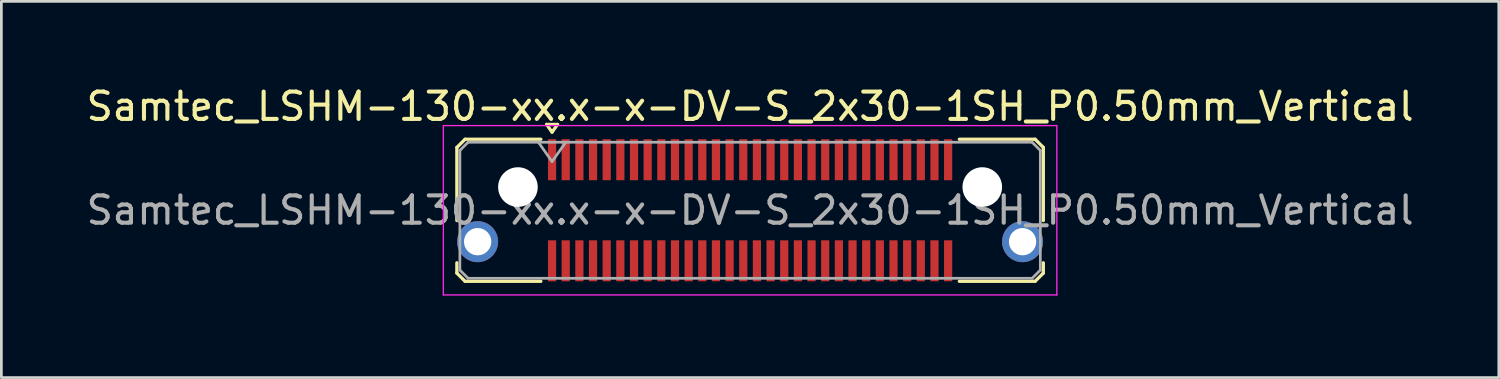
<source format=kicad_pcb>
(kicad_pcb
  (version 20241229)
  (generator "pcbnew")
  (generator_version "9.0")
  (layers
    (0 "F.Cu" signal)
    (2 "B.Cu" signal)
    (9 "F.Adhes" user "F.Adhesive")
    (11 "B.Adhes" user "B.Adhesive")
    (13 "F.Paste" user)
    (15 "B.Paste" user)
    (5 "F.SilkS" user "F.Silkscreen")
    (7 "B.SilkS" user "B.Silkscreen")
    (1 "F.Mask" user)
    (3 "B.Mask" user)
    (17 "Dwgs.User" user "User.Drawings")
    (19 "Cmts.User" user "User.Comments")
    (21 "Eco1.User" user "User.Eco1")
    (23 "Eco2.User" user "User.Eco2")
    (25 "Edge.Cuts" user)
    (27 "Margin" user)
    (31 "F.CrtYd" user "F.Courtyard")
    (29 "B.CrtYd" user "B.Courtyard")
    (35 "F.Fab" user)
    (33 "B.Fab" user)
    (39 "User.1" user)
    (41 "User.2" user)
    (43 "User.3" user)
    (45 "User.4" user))
  (footprint "Samtec_LSHM-130-xx.x-x-DV-S_2x30-1SH_P0.50mm_Vertical"
    (layer "F.Cu")
    (at 24.411 4.648)
    (property "Reference" "Samtec_LSHM-130-xx.x-x-DV-S_2x30-1SH_P0.50mm_Vertical" (at 0 -3.8 0) (layer "F.SilkS") (effects (font (size 1 1) (thickness 0.15))))
    (attr smd)
    (fp_line (start -10.735 -2.3) (end -10.735 0.377) (stroke (width 0.12) (type solid)) (layer "F.SilkS"))
    (fp_line (start -10.735 1.923) (end -10.735 2.3) (stroke (width 0.12) (type solid)) (layer "F.SilkS"))
    (fp_line (start -10.735 2.3) (end -10.435 2.6) (stroke (width 0.12) (type solid)) (layer "F.SilkS"))
    (fp_line (start -10.435 -2.6) (end -10.735 -2.3) (stroke (width 0.12) (type solid)) (layer "F.SilkS"))
    (fp_line (start -10.435 2.6) (end -7.66 2.6) (stroke (width 0.12) (type solid)) (layer "F.SilkS"))
    (fp_line (start -7.66 -2.6) (end -10.435 -2.6) (stroke (width 0.12) (type solid)) (layer "F.SilkS"))
    (fp_line (start -7.45 -3.143) (end -7.05 -3.143) (stroke (width 0.12) (type solid)) (layer "F.SilkS"))
    (fp_line (start -7.25 -2.86) (end -7.45 -3.143) (stroke (width 0.12) (type solid)) (layer "F.SilkS"))
    (fp_line (start -7.05 -3.143) (end -7.25 -2.86) (stroke (width 0.12) (type solid)) (layer "F.SilkS"))
    (fp_line (start 7.66 -2.6) (end 10.435 -2.6) (stroke (width 0.12) (type solid)) (layer "F.SilkS"))
    (fp_line (start 10.435 -2.6) (end 10.735 -2.3) (stroke (width 0.12) (type solid)) (layer "F.SilkS"))
    (fp_line (start 10.435 2.6) (end 7.66 2.6) (stroke (width 0.12) (type solid)) (layer "F.SilkS"))
    (fp_line (start 10.735 -2.3) (end 10.735 0.377) (stroke (width 0.12) (type solid)) (layer "F.SilkS"))
    (fp_line (start 10.735 1.923) (end 10.735 2.3) (stroke (width 0.12) (type solid)) (layer "F.SilkS"))
    (fp_line (start 10.735 2.3) (end 10.435 2.6) (stroke (width 0.12) (type solid)) (layer "F.SilkS"))
    (fp_line (start -11.23 -3.1) (end -11.23 3.1) (stroke (width 0.05) (type solid)) (layer "F.CrtYd"))
    (fp_line (start -11.23 3.1) (end 11.23 3.1) (stroke (width 0.05) (type solid)) (layer "F.CrtYd"))
    (fp_line (start 11.23 -3.1) (end -11.23 -3.1) (stroke (width 0.05) (type solid)) (layer "F.CrtYd"))
    (fp_line (start 11.23 3.1) (end 11.23 -3.1) (stroke (width 0.05) (type solid)) (layer "F.CrtYd"))
    (fp_line (start -10.625 -2.19) (end -10.625 2.19) (stroke (width 0.1) (type solid)) (layer "F.Fab"))
    (fp_line (start -10.625 2.19) (end -10.325 2.49) (stroke (width 0.1) (type solid)) (layer "F.Fab"))
    (fp_line (start -10.325 -2.49) (end -10.625 -2.19) (stroke (width 0.1) (type solid)) (layer "F.Fab"))
    (fp_line (start -10.325 2.49) (end 0 2.49) (stroke (width 0.1) (type solid)) (layer "F.Fab"))
    (fp_line (start -7.75 -2.49) (end -7.25 -1.783) (stroke (width 0.1) (type solid)) (layer "F.Fab"))
    (fp_line (start -7.25 -1.783) (end -6.75 -2.49) (stroke (width 0.1) (type solid)) (layer "F.Fab"))
    (fp_line (start 0 -2.49) (end -10.325 -2.49) (stroke (width 0.1) (type solid)) (layer "F.Fab"))
    (fp_line (start 0 -2.49) (end 10.325 -2.49) (stroke (width 0.1) (type solid)) (layer "F.Fab"))
    (fp_line (start 10.325 -2.49) (end 10.625 -2.19) (stroke (width 0.1) (type solid)) (layer "F.Fab"))
    (fp_line (start 10.325 2.49) (end 0 2.49) (stroke (width 0.1) (type solid)) (layer "F.Fab"))
    (fp_line (start 10.625 -2.19) (end 10.625 2.19) (stroke (width 0.1) (type solid)) (layer "F.Fab"))
    (fp_line (start 10.625 2.19) (end 10.325 2.49) (stroke (width 0.1) (type solid)) (layer "F.Fab"))
    (fp_text user "${REFERENCE}" (at 0 0 0) (layer "F.Fab") (effects (font (size 1 1) (thickness 0.15))))
    (pad "" np_thru_hole circle (at -8.5 -0.85) (size 1.45 1.45) (drill 1.45) (layers "*.Cu" "*.Mask"))
    (pad "" np_thru_hole circle (at 8.5 -0.85) (size 1.45 1.45) (drill 1.45) (layers "*.Cu" "*.Mask"))
    (pad "1" smd rect (at -7.25 -1.85) (size 0.3 1.5) (layers "F.Cu" "F.Mask" "F.Paste"))
    (pad "2" smd rect (at -7.25 1.85) (size 0.3 1.5) (layers "F.Cu" "F.Mask" "F.Paste"))
    (pad "3" smd rect (at -6.75 -1.85) (size 0.3 1.5) (layers "F.Cu" "F.Mask" "F.Paste"))
    (pad "4" smd rect (at -6.75 1.85) (size 0.3 1.5) (layers "F.Cu" "F.Mask" "F.Paste"))
    (pad "5" smd rect (at -6.25 -1.85) (size 0.3 1.5) (layers "F.Cu" "F.Mask" "F.Paste"))
    (pad "6" smd rect (at -6.25 1.85) (size 0.3 1.5) (layers "F.Cu" "F.Mask" "F.Paste"))
    (pad "7" smd rect (at -5.75 -1.85) (size 0.3 1.5) (layers "F.Cu" "F.Mask" "F.Paste"))
    (pad "8" smd rect (at -5.75 1.85) (size 0.3 1.5) (layers "F.Cu" "F.Mask" "F.Paste"))
    (pad "9" smd rect (at -5.25 -1.85) (size 0.3 1.5) (layers "F.Cu" "F.Mask" "F.Paste"))
    (pad "10" smd rect (at -5.25 1.85) (size 0.3 1.5) (layers "F.Cu" "F.Mask" "F.Paste"))
    (pad "11" smd rect (at -4.75 -1.85) (size 0.3 1.5) (layers "F.Cu" "F.Mask" "F.Paste"))
    (pad "12" smd rect (at -4.75 1.85) (size 0.3 1.5) (layers "F.Cu" "F.Mask" "F.Paste"))
    (pad "13" smd rect (at -4.25 -1.85) (size 0.3 1.5) (layers "F.Cu" "F.Mask" "F.Paste"))
    (pad "14" smd rect (at -4.25 1.85) (size 0.3 1.5) (layers "F.Cu" "F.Mask" "F.Paste"))
    (pad "15" smd rect (at -3.75 -1.85) (size 0.3 1.5) (layers "F.Cu" "F.Mask" "F.Paste"))
    (pad "16" smd rect (at -3.75 1.85) (size 0.3 1.5) (layers "F.Cu" "F.Mask" "F.Paste"))
    (pad "17" smd rect (at -3.25 -1.85) (size 0.3 1.5) (layers "F.Cu" "F.Mask" "F.Paste"))
    (pad "18" smd rect (at -3.25 1.85) (size 0.3 1.5) (layers "F.Cu" "F.Mask" "F.Paste"))
    (pad "19" smd rect (at -2.75 -1.85) (size 0.3 1.5) (layers "F.Cu" "F.Mask" "F.Paste"))
    (pad "20" smd rect (at -2.75 1.85) (size 0.3 1.5) (layers "F.Cu" "F.Mask" "F.Paste"))
    (pad "21" smd rect (at -2.25 -1.85) (size 0.3 1.5) (layers "F.Cu" "F.Mask" "F.Paste"))
    (pad "22" smd rect (at -2.25 1.85) (size 0.3 1.5) (layers "F.Cu" "F.Mask" "F.Paste"))
    (pad "23" smd rect (at -1.75 -1.85) (size 0.3 1.5) (layers "F.Cu" "F.Mask" "F.Paste"))
    (pad "24" smd rect (at -1.75 1.85) (size 0.3 1.5) (layers "F.Cu" "F.Mask" "F.Paste"))
    (pad "25" smd rect (at -1.25 -1.85) (size 0.3 1.5) (layers "F.Cu" "F.Mask" "F.Paste"))
    (pad "26" smd rect (at -1.25 1.85) (size 0.3 1.5) (layers "F.Cu" "F.Mask" "F.Paste"))
    (pad "27" smd rect (at -0.75 -1.85) (size 0.3 1.5) (layers "F.Cu" "F.Mask" "F.Paste"))
    (pad "28" smd rect (at -0.75 1.85) (size 0.3 1.5) (layers "F.Cu" "F.Mask" "F.Paste"))
    (pad "29" smd rect (at -0.25 -1.85) (size 0.3 1.5) (layers "F.Cu" "F.Mask" "F.Paste"))
    (pad "30" smd rect (at -0.25 1.85) (size 0.3 1.5) (layers "F.Cu" "F.Mask" "F.Paste"))
    (pad "31" smd rect (at 0.25 -1.85) (size 0.3 1.5) (layers "F.Cu" "F.Mask" "F.Paste"))
    (pad "32" smd rect (at 0.25 1.85) (size 0.3 1.5) (layers "F.Cu" "F.Mask" "F.Paste"))
    (pad "33" smd rect (at 0.75 -1.85) (size 0.3 1.5) (layers "F.Cu" "F.Mask" "F.Paste"))
    (pad "34" smd rect (at 0.75 1.85) (size 0.3 1.5) (layers "F.Cu" "F.Mask" "F.Paste"))
    (pad "35" smd rect (at 1.25 -1.85) (size 0.3 1.5) (layers "F.Cu" "F.Mask" "F.Paste"))
    (pad "36" smd rect (at 1.25 1.85) (size 0.3 1.5) (layers "F.Cu" "F.Mask" "F.Paste"))
    (pad "37" smd rect (at 1.75 -1.85) (size 0.3 1.5) (layers "F.Cu" "F.Mask" "F.Paste"))
    (pad "38" smd rect (at 1.75 1.85) (size 0.3 1.5) (layers "F.Cu" "F.Mask" "F.Paste"))
    (pad "39" smd rect (at 2.25 -1.85) (size 0.3 1.5) (layers "F.Cu" "F.Mask" "F.Paste"))
    (pad "40" smd rect (at 2.25 1.85) (size 0.3 1.5) (layers "F.Cu" "F.Mask" "F.Paste"))
    (pad "41" smd rect (at 2.75 -1.85) (size 0.3 1.5) (layers "F.Cu" "F.Mask" "F.Paste"))
    (pad "42" smd rect (at 2.75 1.85) (size 0.3 1.5) (layers "F.Cu" "F.Mask" "F.Paste"))
    (pad "43" smd rect (at 3.25 -1.85) (size 0.3 1.5) (layers "F.Cu" "F.Mask" "F.Paste"))
    (pad "44" smd rect (at 3.25 1.85) (size 0.3 1.5) (layers "F.Cu" "F.Mask" "F.Paste"))
    (pad "45" smd rect (at 3.75 -1.85) (size 0.3 1.5) (layers "F.Cu" "F.Mask" "F.Paste"))
    (pad "46" smd rect (at 3.75 1.85) (size 0.3 1.5) (layers "F.Cu" "F.Mask" "F.Paste"))
    (pad "47" smd rect (at 4.25 -1.85) (size 0.3 1.5) (layers "F.Cu" "F.Mask" "F.Paste"))
    (pad "48" smd rect (at 4.25 1.85) (size 0.3 1.5) (layers "F.Cu" "F.Mask" "F.Paste"))
    (pad "49" smd rect (at 4.75 -1.85) (size 0.3 1.5) (layers "F.Cu" "F.Mask" "F.Paste"))
    (pad "50" smd rect (at 4.75 1.85) (size 0.3 1.5) (layers "F.Cu" "F.Mask" "F.Paste"))
    (pad "51" smd rect (at 5.25 -1.85) (size 0.3 1.5) (layers "F.Cu" "F.Mask" "F.Paste"))
    (pad "52" smd rect (at 5.25 1.85) (size 0.3 1.5) (layers "F.Cu" "F.Mask" "F.Paste"))
    (pad "53" smd rect (at 5.75 -1.85) (size 0.3 1.5) (layers "F.Cu" "F.Mask" "F.Paste"))
    (pad "54" smd rect (at 5.75 1.85) (size 0.3 1.5) (layers "F.Cu" "F.Mask" "F.Paste"))
    (pad "55" smd rect (at 6.25 -1.85) (size 0.3 1.5) (layers "F.Cu" "F.Mask" "F.Paste"))
    (pad "56" smd rect (at 6.25 1.85) (size 0.3 1.5) (layers "F.Cu" "F.Mask" "F.Paste"))
    (pad "57" smd rect (at 6.75 -1.85) (size 0.3 1.5) (layers "F.Cu" "F.Mask" "F.Paste"))
    (pad "58" smd rect (at 6.75 1.85) (size 0.3 1.5) (layers "F.Cu" "F.Mask" "F.Paste"))
    (pad "59" smd rect (at 7.25 -1.85) (size 0.3 1.5) (layers "F.Cu" "F.Mask" "F.Paste"))
    (pad "60" smd rect (at 7.25 1.85) (size 0.3 1.5) (layers "F.Cu" "F.Mask" "F.Paste"))
    (pad "SH" thru_hole circle (at -9.975 1.15) (size 1.5 1.5) (drill 1) (layers "*.Cu" "*.Mask"))
    (pad "SH" thru_hole circle (at 9.975 1.15) (size 1.5 1.5) (drill 1) (layers "*.Cu" "*.Mask")))
  (gr_rect
    (start -3 -3)
    (end 51.821 10.773)
    (stroke (width 0.1) (type default))
    (fill no)
    (layer "Edge.Cuts")))
</source>
